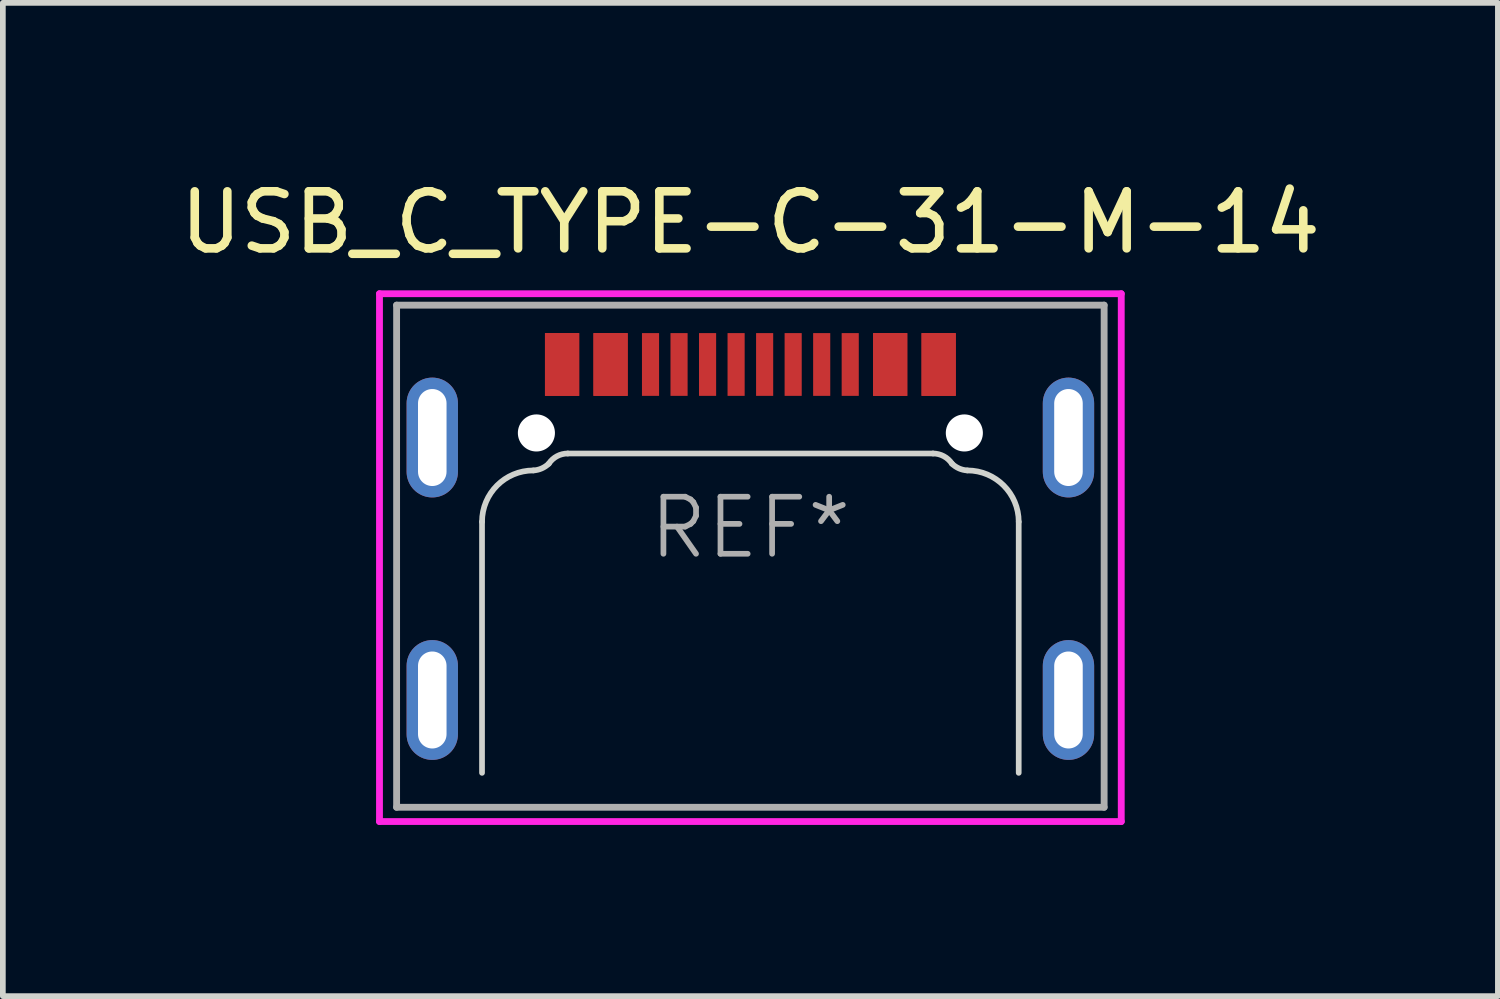
<source format=kicad_pcb>
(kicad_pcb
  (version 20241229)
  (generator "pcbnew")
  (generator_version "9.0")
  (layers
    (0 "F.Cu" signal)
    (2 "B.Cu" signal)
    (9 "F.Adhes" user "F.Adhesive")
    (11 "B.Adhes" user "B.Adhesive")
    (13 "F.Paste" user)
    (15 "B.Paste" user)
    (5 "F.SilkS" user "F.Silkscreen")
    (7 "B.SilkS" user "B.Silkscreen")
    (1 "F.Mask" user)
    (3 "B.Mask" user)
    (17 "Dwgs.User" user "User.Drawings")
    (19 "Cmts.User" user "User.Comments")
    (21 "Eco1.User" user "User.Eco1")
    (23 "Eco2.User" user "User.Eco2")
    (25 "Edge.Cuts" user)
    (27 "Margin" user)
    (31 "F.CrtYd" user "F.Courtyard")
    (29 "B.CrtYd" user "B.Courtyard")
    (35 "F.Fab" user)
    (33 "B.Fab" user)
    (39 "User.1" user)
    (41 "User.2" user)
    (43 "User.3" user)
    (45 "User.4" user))
  (footprint "USB_C_TYPE-C-31-M-14"
    (layer "F.Cu")
    (at 10.101 6.198)
    (property "Reference" "USB_C_TYPE-C-31-M-14" (at 0 -5.35 0) (layer "F.SilkS") (effects (font (size 1 1) (thickness 0.15))))
    (attr through_hole)
    (fp_line (start -4.703 4.297) (end -4.703 -0.103) (stroke (width 0.1) (type solid)) (layer "Edge.Cuts"))
    (fp_line (start -3.2 -1.3) (end 3.2 -1.3) (stroke (width 0.1) (type solid)) (layer "Edge.Cuts"))
    (fp_line (start 4.703 4.297) (end 4.703 -0.103) (stroke (width 0.1) (type solid)) (layer "Edge.Cuts"))
    (fp_arc (start -4.70304 -0.103128) (mid -4.439436 -0.739524) (end -3.80304 -1.003128) (stroke (width 0.1) (type solid)) (layer "Edge.Cuts"))
    (fp_arc (start -3.532782 -1.121938) (mid -3.657195 -1.038158) (end -3.80304 -1.003128) (stroke (width 0.1) (type solid)) (layer "Edge.Cuts"))
    (fp_arc (start -3.532782 -1.121938) (mid -3.388713 -1.252687) (end -3.2 -1.3) (stroke (width 0.1) (type solid)) (layer "Edge.Cuts"))
    (fp_arc (start 3.2 -1.3) (mid 3.388713 -1.252686) (end 3.532782 -1.121938) (stroke (width 0.1) (type solid)) (layer "Edge.Cuts"))
    (fp_arc (start 3.80304 -1.003128) (mid 3.657195 -1.038158) (end 3.532782 -1.121938) (stroke (width 0.1) (type solid)) (layer "Edge.Cuts"))
    (fp_arc (start 3.80304 -1.003128) (mid 4.439436 -0.739524) (end 4.70304 -0.103128) (stroke (width 0.1) (type solid)) (layer "Edge.Cuts"))
    (fp_line (start -6.5 -4.1) (end -6.5 5.15) (stroke (width 0.12) (type solid)) (layer "F.CrtYd"))
    (fp_line (start -6.5 -4.1) (end 6.5 -4.1) (stroke (width 0.12) (type solid)) (layer "F.CrtYd"))
    (fp_line (start -6.5 5.15) (end 6.5 5.15) (stroke (width 0.12) (type solid)) (layer "F.CrtYd"))
    (fp_line (start 6.5 -4.1) (end 6.5 5.15) (stroke (width 0.12) (type solid)) (layer "F.CrtYd"))
    (fp_line (start -6.2 -3.9) (end -6.2 4.9) (stroke (width 0.12) (type solid)) (layer "F.Fab"))
    (fp_line (start -6.2 -3.9) (end 6.2 -3.9) (stroke (width 0.12) (type solid)) (layer "F.Fab"))
    (fp_line (start 6.2 4.9) (end -6.2 4.9) (stroke (width 0.12) (type solid)) (layer "F.Fab"))
    (fp_line (start 6.2 4.9) (end 6.2 -3.9) (stroke (width 0.12) (type solid)) (layer "F.Fab"))
    (fp_text user "REF*" (at 0 0 0) (layer "F.Fab") (effects (font (size 1 1) (thickness 0.1))))
    (pad "" smd oval (at -5.675 -1.58) (size 1.2 2.4) (layers "F.Paste"))
    (pad "" smd oval (at -5.675 3.02) (size 1.2 2.4) (layers "F.Paste"))
    (pad "" np_thru_hole circle (at -3.75 -1.66) (size 0.65 0.65) (drill 0.65) (layers "*.Cu" "*.Mask"))
    (pad "" np_thru_hole circle (at 3.75 -1.66) (size 0.65 0.65) (drill 0.65) (layers "*.Cu" "*.Mask"))
    (pad "" smd oval (at 5.675 -1.58) (size 1.2 2.4) (layers "F.Paste"))
    (pad "" smd oval (at 5.675 3.02) (size 1.2 2.4) (layers "F.Paste"))
    (pad "A1" smd rect (at -3.3 -2.86) (size 0.6 1.1) (layers "F.Cu" "F.Mask" "F.Paste"))
    (pad "A4" smd rect (at -2.45 -2.86) (size 0.6 1.1) (layers "F.Cu" "F.Mask" "F.Paste"))
    (pad "A5" smd rect (at -1.25 -2.86) (size 0.3 1.1) (layers "F.Cu" "F.Mask" "F.Paste"))
    (pad "A6" smd rect (at -0.25 -2.86) (size 0.3 1.1) (layers "F.Cu" "F.Mask" "F.Paste"))
    (pad "A7" smd rect (at 0.25 -2.86) (size 0.3 1.1) (layers "F.Cu" "F.Mask" "F.Paste"))
    (pad "A8" smd rect (at 1.25 -2.86) (size 0.3 1.1) (layers "F.Cu" "F.Mask" "F.Paste"))
    (pad "A9" smd rect (at 2.45 -2.86) (size 0.6 1.1) (layers "F.Cu" "F.Mask" "F.Paste"))
    (pad "A12" smd rect (at 3.3 -2.86) (size 0.6 1.1) (layers "F.Cu" "F.Mask" "F.Paste"))
    (pad "B1" smd rect (at 3.3 -2.86) (size 0.6 1.1) (layers "F.Cu" "F.Mask" "F.Paste"))
    (pad "B4" smd rect (at 2.45 -2.86) (size 0.6 1.1) (layers "F.Cu" "F.Mask" "F.Paste"))
    (pad "B5" smd rect (at 1.75 -2.86) (size 0.3 1.1) (layers "F.Cu" "F.Mask" "F.Paste"))
    (pad "B6" smd rect (at 0.75 -2.86) (size 0.3 1.1) (layers "F.Cu" "F.Mask" "F.Paste"))
    (pad "B7" smd rect (at -0.75 -2.86) (size 0.3 1.1) (layers "F.Cu" "F.Mask" "F.Paste"))
    (pad "B8" smd rect (at -1.75 -2.86) (size 0.3 1.1) (layers "F.Cu" "F.Mask" "F.Paste"))
    (pad "B9" smd rect (at -2.45 -2.86) (size 0.6 1.1) (layers "F.Cu" "F.Mask" "F.Paste"))
    (pad "B12" smd rect (at -3.3 -2.86) (size 0.6 1.1) (layers "F.Cu" "F.Mask" "F.Paste"))
    (pad "S1" thru_hole oval (at -5.575 -1.58) (size 0.9 2.1) (drill oval 0.5 1.7) (layers "*.Cu" "*.Mask"))
    (pad "S1" thru_hole oval (at -5.575 3.02) (size 0.9 2.1) (drill oval 0.5 1.7) (layers "*.Cu" "*.Mask" "F.Paste"))
    (pad "S1" thru_hole oval (at 5.575 -1.58) (size 0.9 2.1) (drill oval 0.5 1.7) (layers "*.Cu" "*.Mask" "F.Paste"))
    (pad "S1" thru_hole oval (at 5.575 3.02) (size 0.9 2.1) (drill oval 0.5 1.7) (layers "*.Cu" "*.Mask" "F.Paste")))
  (gr_rect
    (start -3 -3)
    (end 23.202 14.408)
    (stroke (width 0.1) (type default))
    (fill no)
    (layer "Edge.Cuts")))
</source>
